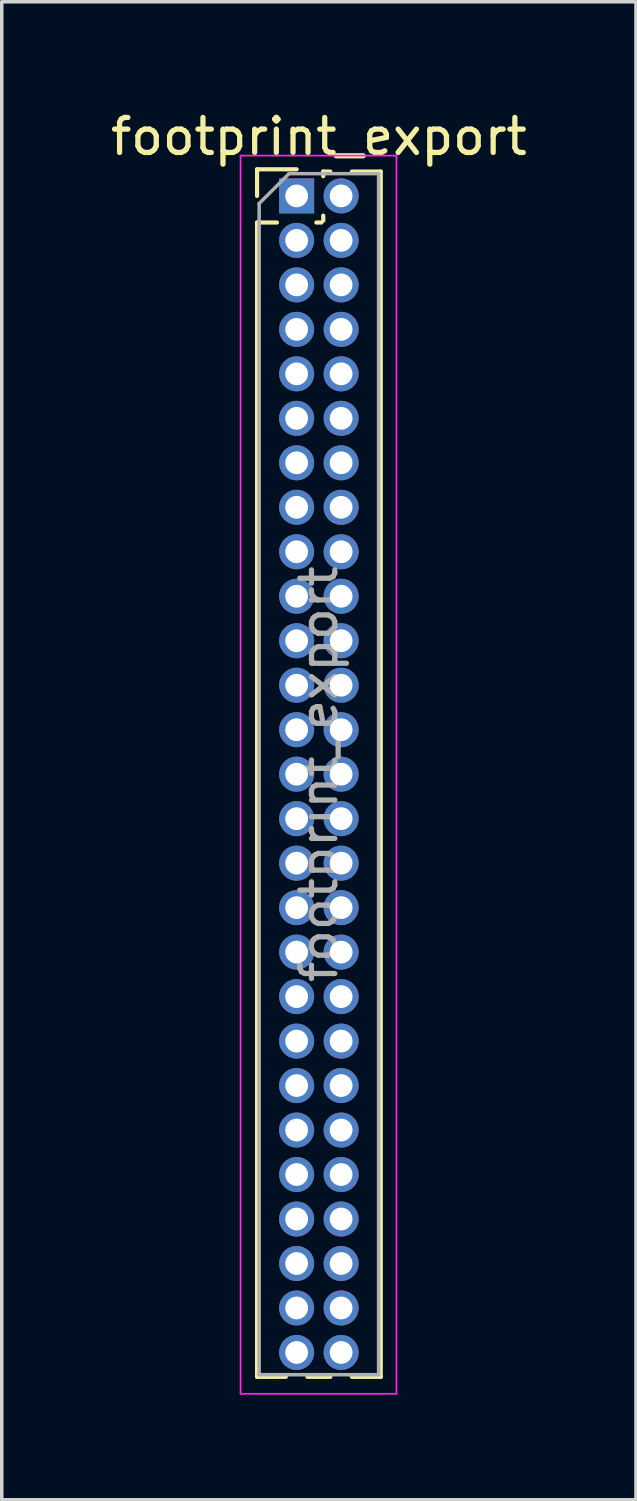
<source format=kicad_pcb>
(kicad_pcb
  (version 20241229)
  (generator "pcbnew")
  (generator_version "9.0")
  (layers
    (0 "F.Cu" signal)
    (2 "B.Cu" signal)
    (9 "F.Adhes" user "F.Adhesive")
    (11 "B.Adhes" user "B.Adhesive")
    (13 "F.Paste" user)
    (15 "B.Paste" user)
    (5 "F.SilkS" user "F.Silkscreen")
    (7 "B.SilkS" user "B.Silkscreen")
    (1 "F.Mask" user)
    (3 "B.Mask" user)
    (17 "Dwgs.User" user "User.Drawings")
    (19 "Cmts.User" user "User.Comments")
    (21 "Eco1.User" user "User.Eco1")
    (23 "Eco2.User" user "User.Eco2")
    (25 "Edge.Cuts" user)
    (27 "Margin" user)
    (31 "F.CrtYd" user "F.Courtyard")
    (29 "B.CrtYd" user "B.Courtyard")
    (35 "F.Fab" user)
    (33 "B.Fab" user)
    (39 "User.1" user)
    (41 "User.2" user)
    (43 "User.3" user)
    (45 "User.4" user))
  (footprint "footprint_export"
    (layer "F.Cu")
    (at 5.419 2.543)
    (property "Reference" "footprint_export" (at 0.635 -1.695 0) (layer "F.SilkS") (effects (font (size 1 1) (thickness 0.15))))
    (attr through_hole)
    (fp_line (start -1.13 -0.76) (end 0 -0.76) (stroke (width 0.12) (type solid)) (layer "F.SilkS"))
    (fp_line (start -1.13 0) (end -1.13 -0.76) (stroke (width 0.12) (type solid)) (layer "F.SilkS"))
    (fp_line (start -1.13 0.76) (end -1.13 33.715) (stroke (width 0.12) (type solid)) (layer "F.SilkS"))
    (fp_line (start -1.13 0.76) (end -0.563 0.76) (stroke (width 0.12) (type solid)) (layer "F.SilkS"))
    (fp_line (start -1.13 33.715) (end -0.308 33.715) (stroke (width 0.12) (type solid)) (layer "F.SilkS"))
    (fp_line (start 0.308 33.715) (end 0.962 33.715) (stroke (width 0.12) (type solid)) (layer "F.SilkS"))
    (fp_line (start 0.563 0.76) (end 0.707 0.76) (stroke (width 0.12) (type solid)) (layer "F.SilkS"))
    (fp_line (start 0.76 -0.695) (end 0.962 -0.695) (stroke (width 0.12) (type solid)) (layer "F.SilkS"))
    (fp_line (start 0.76 -0.563) (end 0.76 -0.695) (stroke (width 0.12) (type solid)) (layer "F.SilkS"))
    (fp_line (start 0.76 0.707) (end 0.76 0.563) (stroke (width 0.12) (type solid)) (layer "F.SilkS"))
    (fp_line (start 1.578 -0.695) (end 2.4 -0.695) (stroke (width 0.12) (type solid)) (layer "F.SilkS"))
    (fp_line (start 1.578 33.715) (end 2.4 33.715) (stroke (width 0.12) (type solid)) (layer "F.SilkS"))
    (fp_line (start 2.4 -0.695) (end 2.4 33.715) (stroke (width 0.12) (type solid)) (layer "F.SilkS"))
    (fp_line (start -1.6 -1.15) (end -1.6 34.2) (stroke (width 0.05) (type solid)) (layer "F.CrtYd"))
    (fp_line (start -1.6 34.2) (end 2.85 34.2) (stroke (width 0.05) (type solid)) (layer "F.CrtYd"))
    (fp_line (start 2.85 -1.15) (end -1.6 -1.15) (stroke (width 0.05) (type solid)) (layer "F.CrtYd"))
    (fp_line (start 2.85 34.2) (end 2.85 -1.15) (stroke (width 0.05) (type solid)) (layer "F.CrtYd"))
    (fp_line (start -1.07 0.217) (end -0.217 -0.635) (stroke (width 0.1) (type solid)) (layer "F.Fab"))
    (fp_line (start -1.07 33.655) (end -1.07 0.217) (stroke (width 0.1) (type solid)) (layer "F.Fab"))
    (fp_line (start -0.217 -0.635) (end 2.34 -0.635) (stroke (width 0.1) (type solid)) (layer "F.Fab"))
    (fp_line (start 2.34 -0.635) (end 2.34 33.655) (stroke (width 0.1) (type solid)) (layer "F.Fab"))
    (fp_line (start 2.34 33.655) (end -1.07 33.655) (stroke (width 0.1) (type solid)) (layer "F.Fab"))
    (fp_text user "${REFERENCE}" (at 0.635 16.51 90) (layer "F.Fab") (effects (font (size 1 1) (thickness 0.15))))
    (pad "1" thru_hole rect (at 0 0) (size 1 1) (drill 0.65) (layers "*.Cu" "*.Mask"))
    (pad "2" thru_hole oval (at 1.27 0) (size 1 1) (drill 0.65) (layers "*.Cu" "*.Mask"))
    (pad "3" thru_hole oval (at 0 1.27) (size 1 1) (drill 0.65) (layers "*.Cu" "*.Mask"))
    (pad "4" thru_hole oval (at 1.27 1.27) (size 1 1) (drill 0.65) (layers "*.Cu" "*.Mask"))
    (pad "5" thru_hole oval (at 0 2.54) (size 1 1) (drill 0.65) (layers "*.Cu" "*.Mask"))
    (pad "6" thru_hole oval (at 1.27 2.54) (size 1 1) (drill 0.65) (layers "*.Cu" "*.Mask"))
    (pad "7" thru_hole oval (at 0 3.81) (size 1 1) (drill 0.65) (layers "*.Cu" "*.Mask"))
    (pad "8" thru_hole oval (at 1.27 3.81) (size 1 1) (drill 0.65) (layers "*.Cu" "*.Mask"))
    (pad "9" thru_hole oval (at 0 5.08) (size 1 1) (drill 0.65) (layers "*.Cu" "*.Mask"))
    (pad "10" thru_hole oval (at 1.27 5.08) (size 1 1) (drill 0.65) (layers "*.Cu" "*.Mask"))
    (pad "11" thru_hole oval (at 0 6.35) (size 1 1) (drill 0.65) (layers "*.Cu" "*.Mask"))
    (pad "12" thru_hole oval (at 1.27 6.35) (size 1 1) (drill 0.65) (layers "*.Cu" "*.Mask"))
    (pad "13" thru_hole oval (at 0 7.62) (size 1 1) (drill 0.65) (layers "*.Cu" "*.Mask"))
    (pad "14" thru_hole oval (at 1.27 7.62) (size 1 1) (drill 0.65) (layers "*.Cu" "*.Mask"))
    (pad "15" thru_hole oval (at 0 8.89) (size 1 1) (drill 0.65) (layers "*.Cu" "*.Mask"))
    (pad "16" thru_hole oval (at 1.27 8.89) (size 1 1) (drill 0.65) (layers "*.Cu" "*.Mask"))
    (pad "17" thru_hole oval (at 0 10.16) (size 1 1) (drill 0.65) (layers "*.Cu" "*.Mask"))
    (pad "18" thru_hole oval (at 1.27 10.16) (size 1 1) (drill 0.65) (layers "*.Cu" "*.Mask"))
    (pad "19" thru_hole oval (at 0 11.43) (size 1 1) (drill 0.65) (layers "*.Cu" "*.Mask"))
    (pad "20" thru_hole oval (at 1.27 11.43) (size 1 1) (drill 0.65) (layers "*.Cu" "*.Mask"))
    (pad "21" thru_hole oval (at 0 12.7) (size 1 1) (drill 0.65) (layers "*.Cu" "*.Mask"))
    (pad "22" thru_hole oval (at 1.27 12.7) (size 1 1) (drill 0.65) (layers "*.Cu" "*.Mask"))
    (pad "23" thru_hole oval (at 0 13.97) (size 1 1) (drill 0.65) (layers "*.Cu" "*.Mask"))
    (pad "24" thru_hole oval (at 1.27 13.97) (size 1 1) (drill 0.65) (layers "*.Cu" "*.Mask"))
    (pad "25" thru_hole oval (at 0 15.24) (size 1 1) (drill 0.65) (layers "*.Cu" "*.Mask"))
    (pad "26" thru_hole oval (at 1.27 15.24) (size 1 1) (drill 0.65) (layers "*.Cu" "*.Mask"))
    (pad "27" thru_hole oval (at 0 16.51) (size 1 1) (drill 0.65) (layers "*.Cu" "*.Mask"))
    (pad "28" thru_hole oval (at 1.27 16.51) (size 1 1) (drill 0.65) (layers "*.Cu" "*.Mask"))
    (pad "29" thru_hole oval (at 0 17.78) (size 1 1) (drill 0.65) (layers "*.Cu" "*.Mask"))
    (pad "30" thru_hole oval (at 1.27 17.78) (size 1 1) (drill 0.65) (layers "*.Cu" "*.Mask"))
    (pad "31" thru_hole oval (at 0 19.05) (size 1 1) (drill 0.65) (layers "*.Cu" "*.Mask"))
    (pad "32" thru_hole oval (at 1.27 19.05) (size 1 1) (drill 0.65) (layers "*.Cu" "*.Mask"))
    (pad "33" thru_hole oval (at 0 20.32) (size 1 1) (drill 0.65) (layers "*.Cu" "*.Mask"))
    (pad "34" thru_hole oval (at 1.27 20.32) (size 1 1) (drill 0.65) (layers "*.Cu" "*.Mask"))
    (pad "35" thru_hole oval (at 0 21.59) (size 1 1) (drill 0.65) (layers "*.Cu" "*.Mask"))
    (pad "36" thru_hole oval (at 1.27 21.59) (size 1 1) (drill 0.65) (layers "*.Cu" "*.Mask"))
    (pad "37" thru_hole oval (at 0 22.86) (size 1 1) (drill 0.65) (layers "*.Cu" "*.Mask"))
    (pad "38" thru_hole oval (at 1.27 22.86) (size 1 1) (drill 0.65) (layers "*.Cu" "*.Mask"))
    (pad "39" thru_hole oval (at 0 24.13) (size 1 1) (drill 0.65) (layers "*.Cu" "*.Mask"))
    (pad "40" thru_hole oval (at 1.27 24.13) (size 1 1) (drill 0.65) (layers "*.Cu" "*.Mask"))
    (pad "41" thru_hole oval (at 0 25.4) (size 1 1) (drill 0.65) (layers "*.Cu" "*.Mask"))
    (pad "42" thru_hole oval (at 1.27 25.4) (size 1 1) (drill 0.65) (layers "*.Cu" "*.Mask"))
    (pad "43" thru_hole oval (at 0 26.67) (size 1 1) (drill 0.65) (layers "*.Cu" "*.Mask"))
    (pad "44" thru_hole oval (at 1.27 26.67) (size 1 1) (drill 0.65) (layers "*.Cu" "*.Mask"))
    (pad "45" thru_hole oval (at 0 27.94) (size 1 1) (drill 0.65) (layers "*.Cu" "*.Mask"))
    (pad "46" thru_hole oval (at 1.27 27.94) (size 1 1) (drill 0.65) (layers "*.Cu" "*.Mask"))
    (pad "47" thru_hole oval (at 0 29.21) (size 1 1) (drill 0.65) (layers "*.Cu" "*.Mask"))
    (pad "48" thru_hole oval (at 1.27 29.21) (size 1 1) (drill 0.65) (layers "*.Cu" "*.Mask"))
    (pad "49" thru_hole oval (at 0 30.48) (size 1 1) (drill 0.65) (layers "*.Cu" "*.Mask"))
    (pad "50" thru_hole oval (at 1.27 30.48) (size 1 1) (drill 0.65) (layers "*.Cu" "*.Mask"))
    (pad "51" thru_hole oval (at 0 31.75) (size 1 1) (drill 0.65) (layers "*.Cu" "*.Mask"))
    (pad "52" thru_hole oval (at 1.27 31.75) (size 1 1) (drill 0.65) (layers "*.Cu" "*.Mask"))
    (pad "53" thru_hole oval (at 0 33.02) (size 1 1) (drill 0.65) (layers "*.Cu" "*.Mask"))
    (pad "54" thru_hole oval (at 1.27 33.02) (size 1 1) (drill 0.65) (layers "*.Cu" "*.Mask")))
  (gr_rect
    (start -3 -3)
    (end 15.107 39.768)
    (stroke (width 0.1) (type default))
    (fill no)
    (layer "Edge.Cuts")))
</source>
